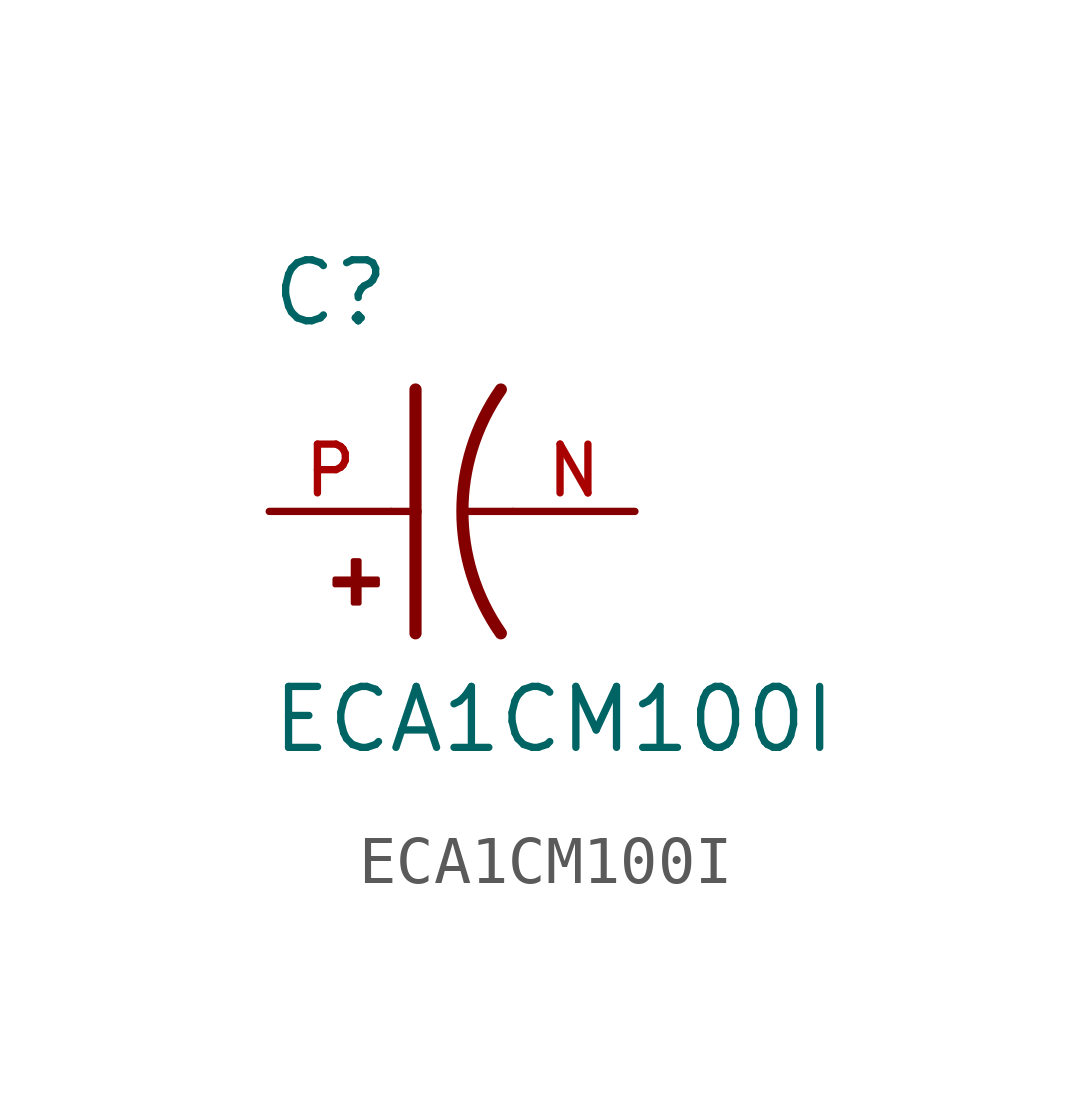
<source format=kicad_sym>
(kicad_symbol_lib
  (version 20211014)
  (generator kicad_symbol_editor)
  (symbol "ECA1CM100I"
    (pin_names
      (offset 1.016))
    (property "Reference" "C"
      (at -2.54 3.81 0)
      (effects (font (size 1.27 1.27)) (justify bottom left)))
    (property "Value" "ECA1CM100I"
      (at -2.54 -5.08 0)
      (effects (font (size 1.27 1.27)) (justify bottom left)))
    (symbol "ECA1CM100I_0_0"
      (arc (start 2.286 -2.54) (mid 1.4851 -0.0) (end 2.286 2.54) (stroke (width 0.254) (type default) (color 0 0 0 0)) (fill (type none)))
      (polyline (pts (xy 0.508 2.54) (xy 0.508 0.0)) (stroke (width 0.254)))
      (rectangle (start -1.173 -1.532) (end -0.284 -1.405) (stroke (width 0.1)) (fill (type outline)))
      (rectangle (start -0.792 -1.913) (end -0.665 -1.024) (stroke (width 0.1)) (fill (type outline)))
      (polyline (pts (xy 0.508 0.0) (xy 0.508 -2.54)) (stroke (width 0.254)))
      (polyline (pts (xy 0.0 0.0) (xy 0.508 0.0)) (stroke (width 0.152)))
      (polyline (pts (xy 2.54 0.0) (xy 1.524 0.0)) (stroke (width 0.152)))
      (pin passive line (at -2.54 0.0 0) (length 2.54) (name "~" (effects (font (size 1.016 1.016)))) (number "P" (effects (font (size 1.016 1.016)))))
      (pin passive line (at 5.08 0.0 180.0) (length 2.54) (name "~" (effects (font (size 1.016 1.016)))) (number "N" (effects (font (size 1.016 1.016))))))))
</source>
